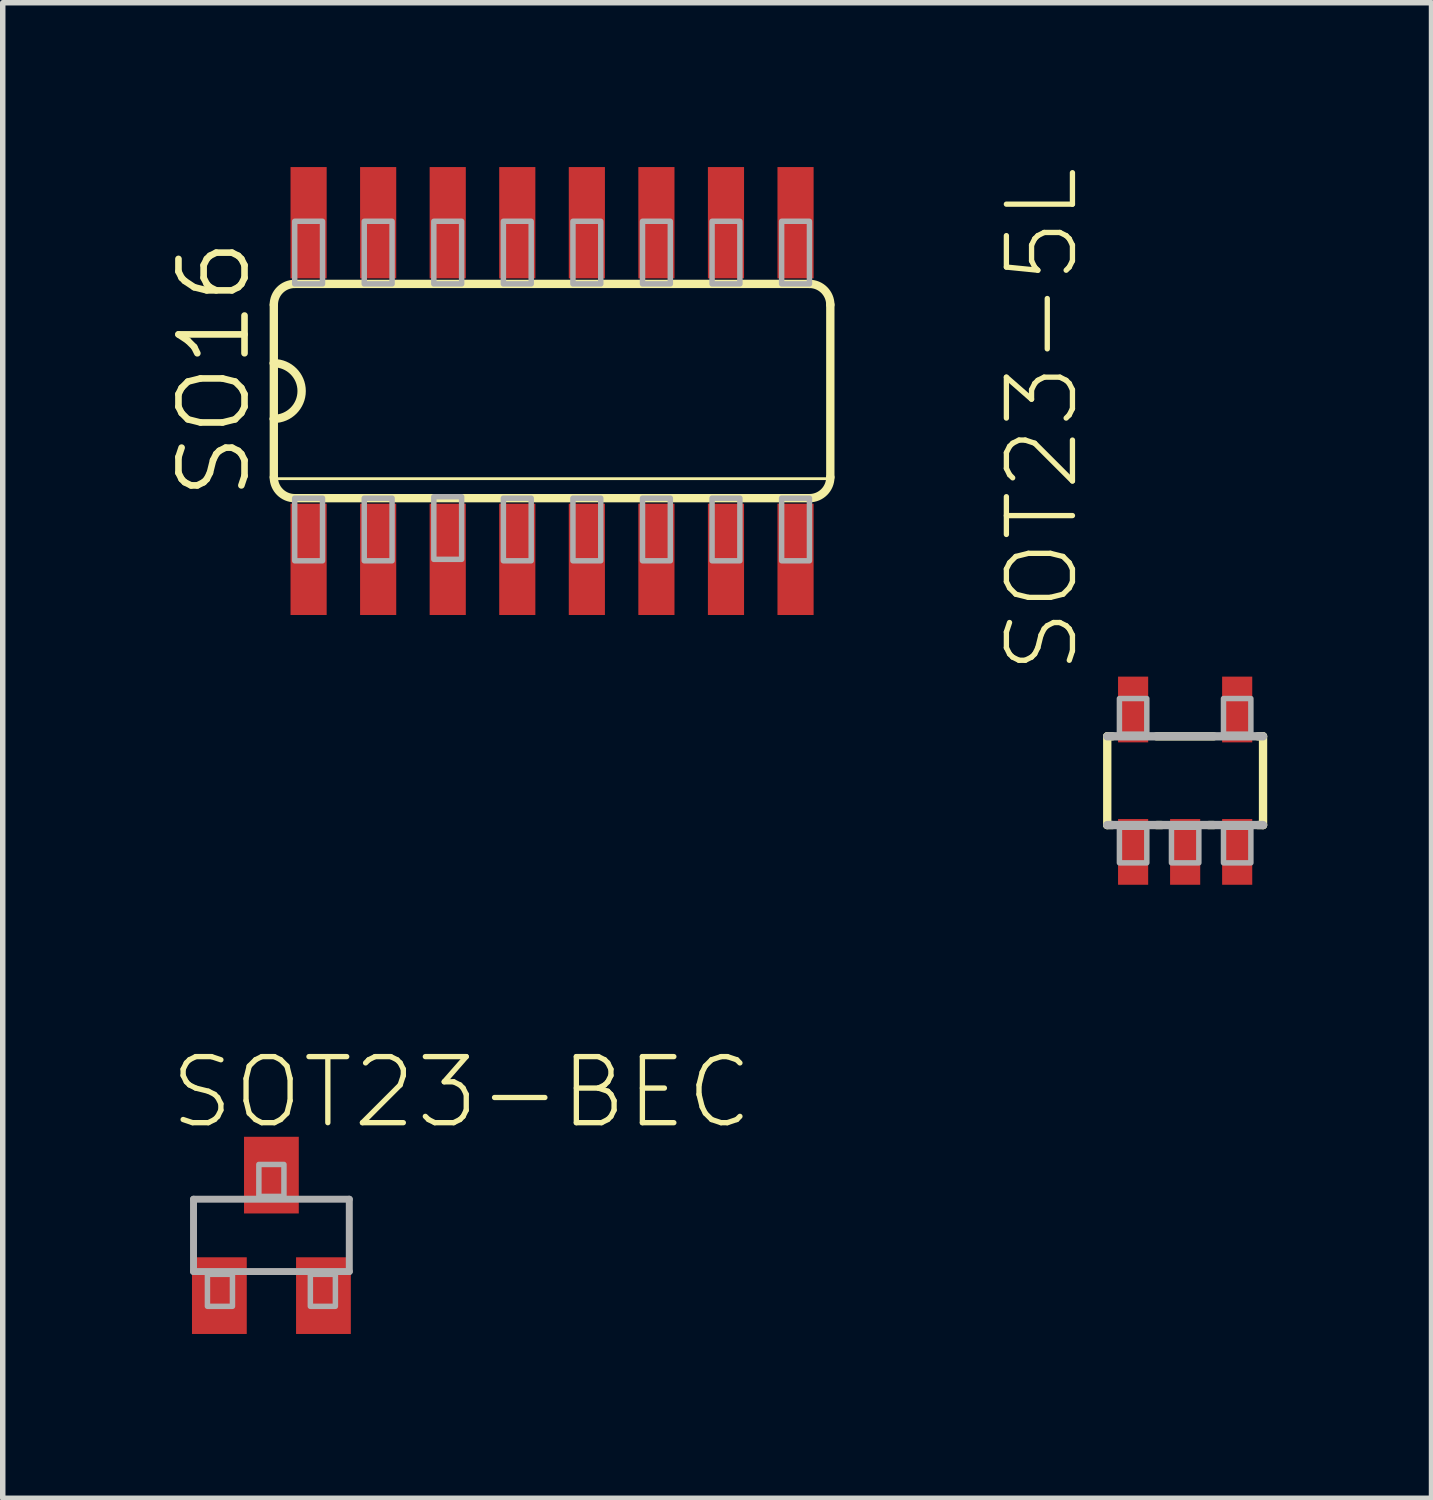
<source format=kicad_pcb>
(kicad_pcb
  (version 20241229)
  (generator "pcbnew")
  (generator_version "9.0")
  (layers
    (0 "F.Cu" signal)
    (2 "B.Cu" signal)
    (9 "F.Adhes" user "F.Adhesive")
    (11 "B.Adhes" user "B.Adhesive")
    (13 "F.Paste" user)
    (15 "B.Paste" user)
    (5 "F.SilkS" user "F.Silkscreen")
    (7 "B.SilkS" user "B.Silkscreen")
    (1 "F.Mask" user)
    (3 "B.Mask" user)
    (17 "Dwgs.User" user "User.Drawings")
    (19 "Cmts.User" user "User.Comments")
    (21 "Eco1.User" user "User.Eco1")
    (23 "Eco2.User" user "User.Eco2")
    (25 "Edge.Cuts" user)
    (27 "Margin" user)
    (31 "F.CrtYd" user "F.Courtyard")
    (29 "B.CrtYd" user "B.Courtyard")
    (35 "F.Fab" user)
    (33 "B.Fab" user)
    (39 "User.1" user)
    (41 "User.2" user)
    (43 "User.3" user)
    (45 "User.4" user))
  (footprint "SOT23-BEC"
    (layer "F.Cu")
    (at 1.905 19.504)
    (property "Reference" "SOT23-BEC" (at -1.905 -1.905 0) (layer "F.SilkS") (effects (font (size 1.206 1.206) (thickness 0.097)) (justify left bottom)))
    (attr through_hole)
    (fp_line (start -1.422 -0.66) (end 1.422 -0.66) (stroke (width 0.127) (type solid)) (layer "F.Fab"))
    (fp_line (start -1.422 0.66) (end -1.422 -0.66) (stroke (width 0.127) (type solid)) (layer "F.Fab"))
    (fp_line (start 1.422 -0.66) (end 1.422 0.66) (stroke (width 0.127) (type solid)) (layer "F.Fab"))
    (fp_line (start 1.422 0.66) (end -1.422 0.66) (stroke (width 0.127) (type solid)) (layer "F.Fab"))
    (fp_poly (pts (xy -1.168 1.295) (xy -0.711 1.295) (xy -0.711 0.711) (xy -1.168 0.711)) (stroke (width 0.1) (type solid)) (fill no) (layer "F.Fab"))
    (fp_poly (pts (xy -0.229 -0.711) (xy 0.229 -0.711) (xy 0.229 -1.295) (xy -0.229 -1.295)) (stroke (width 0.1) (type solid)) (fill no) (layer "F.Fab"))
    (fp_poly (pts (xy 0.711 1.295) (xy 1.168 1.295) (xy 1.168 0.711) (xy 0.711 0.711)) (stroke (width 0.1) (type solid)) (fill no) (layer "F.Fab"))
    (pad "B" smd rect (at -0.95 1.1) (size 1 1.4) (layers "F.Cu" "F.Mask" "F.Paste"))
    (pad "C" smd rect (at 0 -1.1) (size 1 1.4) (layers "F.Cu" "F.Mask" "F.Paste"))
    (pad "E" smd rect (at 0.95 1.1) (size 1 1.4) (layers "F.Cu" "F.Mask" "F.Paste")))
  (footprint "SOT23-5L"
    (layer "F.Cu")
    (at 18.587 11.203)
    (property "Reference" "SOT23-5L" (at -1.905 -1.905 90) (layer "F.SilkS") (effects (font (size 1.206 1.206) (thickness 0.097)) (justify left bottom)))
    (attr through_hole)
    (fp_line (start -1.422 -0.81) (end -1.328 -0.81) (stroke (width 0.152) (type solid)) (layer "F.SilkS"))
    (fp_line (start -1.422 0.81) (end -1.422 -0.81) (stroke (width 0.152) (type solid)) (layer "F.SilkS"))
    (fp_line (start -1.328 0.81) (end -1.422 0.81) (stroke (width 0.152) (type solid)) (layer "F.SilkS"))
    (fp_line (start -0.522 -0.81) (end 0.522 -0.81) (stroke (width 0.152) (type solid)) (layer "F.SilkS"))
    (fp_line (start -0.428 0.81) (end -0.522 0.81) (stroke (width 0.152) (type solid)) (layer "F.SilkS"))
    (fp_line (start 0.522 0.81) (end 0.428 0.81) (stroke (width 0.152) (type solid)) (layer "F.SilkS"))
    (fp_line (start 1.328 -0.81) (end 1.422 -0.81) (stroke (width 0.152) (type solid)) (layer "F.SilkS"))
    (fp_line (start 1.422 -0.81) (end 1.422 0.81) (stroke (width 0.152) (type solid)) (layer "F.SilkS"))
    (fp_line (start 1.422 0.81) (end 1.328 0.81) (stroke (width 0.152) (type solid)) (layer "F.SilkS"))
    (fp_line (start -1.422 -0.81) (end 1.422 -0.81) (stroke (width 0.152) (type solid)) (layer "F.Fab"))
    (fp_line (start 1.422 0.81) (end -1.422 0.81) (stroke (width 0.152) (type solid)) (layer "F.Fab"))
    (fp_poly (pts (xy -1.2 -0.85) (xy -0.7 -0.85) (xy -0.7 -1.5) (xy -1.2 -1.5)) (stroke (width 0.1) (type solid)) (fill no) (layer "F.Fab"))
    (fp_poly (pts (xy -1.2 1.5) (xy -0.7 1.5) (xy -0.7 0.85) (xy -1.2 0.85)) (stroke (width 0.1) (type solid)) (fill no) (layer "F.Fab"))
    (fp_poly (pts (xy -0.25 1.5) (xy 0.25 1.5) (xy 0.25 0.85) (xy -0.25 0.85)) (stroke (width 0.1) (type solid)) (fill no) (layer "F.Fab"))
    (fp_poly (pts (xy 0.7 -0.85) (xy 1.2 -0.85) (xy 1.2 -1.5) (xy 0.7 -1.5)) (stroke (width 0.1) (type solid)) (fill no) (layer "F.Fab"))
    (fp_poly (pts (xy 0.7 1.5) (xy 1.2 1.5) (xy 1.2 0.85) (xy 0.7 0.85)) (stroke (width 0.1) (type solid)) (fill no) (layer "F.Fab"))
    (pad "1" smd rect (at -0.95 1.3) (size 0.55 1.2) (layers "F.Cu" "F.Mask" "F.Paste"))
    (pad "2" smd rect (at 0 1.3) (size 0.55 1.2) (layers "F.Cu" "F.Mask" "F.Paste"))
    (pad "3" smd rect (at 0.95 1.3) (size 0.55 1.2) (layers "F.Cu" "F.Mask" "F.Paste"))
    (pad "4" smd rect (at 0.95 -1.3) (size 0.55 1.2) (layers "F.Cu" "F.Mask" "F.Paste"))
    (pad "5" smd rect (at -0.95 -1.3) (size 0.55 1.2) (layers "F.Cu" "F.Mask" "F.Paste")))
  (footprint "SO16"
    (layer "F.Cu")
    (at 7.029 4.089)
    (property "Reference" "SO16" (at -5.461 2.032 90) (layer "F.SilkS") (effects (font (size 1.206 1.206) (thickness 0.121)) (justify left bottom)))
    (attr through_hole)
    (fp_line (start -5.08 -1.575) (end -5.08 -0.508) (stroke (width 0.152) (type solid)) (layer "F.SilkS"))
    (fp_line (start -5.08 -0.508) (end -5.08 0.508) (stroke (width 0.152) (type solid)) (layer "F.SilkS"))
    (fp_line (start -5.08 0.508) (end -5.08 1.575) (stroke (width 0.152) (type solid)) (layer "F.SilkS"))
    (fp_line (start -5.08 1.6) (end 5.08 1.6) (stroke (width 0.051) (type solid)) (layer "F.SilkS"))
    (fp_line (start -4.699 1.956) (end 4.699 1.956) (stroke (width 0.152) (type solid)) (layer "F.SilkS"))
    (fp_line (start 4.699 -1.956) (end -4.699 -1.956) (stroke (width 0.152) (type solid)) (layer "F.SilkS"))
    (fp_line (start 5.08 1.575) (end 5.08 -1.575) (stroke (width 0.152) (type solid)) (layer "F.SilkS"))
    (fp_arc (start -5.08 -1.5748) (mid -4.968408 -1.844208) (end -4.699 -1.9558) (stroke (width 0.1524) (type solid)) (layer "F.SilkS"))
    (fp_arc (start -5.08 -0.508) (mid -4.572 0) (end -5.08 0.508) (stroke (width 0.1524) (type solid)) (layer "F.SilkS"))
    (fp_arc (start -4.699 1.9558) (mid -4.968408 1.844208) (end -5.08 1.5748) (stroke (width 0.1524) (type solid)) (layer "F.SilkS"))
    (fp_arc (start 4.699 -1.9558) (mid 4.968408 -1.844208) (end 5.08 -1.5748) (stroke (width 0.1524) (type solid)) (layer "F.SilkS"))
    (fp_arc (start 5.08 1.5748) (mid 4.968408 1.844208) (end 4.699 1.9558) (stroke (width 0.1524) (type solid)) (layer "F.SilkS"))
    (fp_poly (pts (xy -4.699 -1.956) (xy -4.191 -1.956) (xy -4.191 -3.099) (xy -4.699 -3.099)) (stroke (width 0.1) (type solid)) (fill no) (layer "F.Fab"))
    (fp_poly (pts (xy -4.699 3.099) (xy -4.191 3.099) (xy -4.191 1.956) (xy -4.699 1.956)) (stroke (width 0.1) (type solid)) (fill no) (layer "F.Fab"))
    (fp_poly (pts (xy -3.429 -1.956) (xy -2.921 -1.956) (xy -2.921 -3.099) (xy -3.429 -3.099)) (stroke (width 0.1) (type solid)) (fill no) (layer "F.Fab"))
    (fp_poly (pts (xy -3.429 3.099) (xy -2.921 3.099) (xy -2.921 1.956) (xy -3.429 1.956)) (stroke (width 0.1) (type solid)) (fill no) (layer "F.Fab"))
    (fp_poly (pts (xy -2.159 -1.956) (xy -1.651 -1.956) (xy -1.651 -3.099) (xy -2.159 -3.099)) (stroke (width 0.1) (type solid)) (fill no) (layer "F.Fab"))
    (fp_poly (pts (xy -2.159 3.073) (xy -1.651 3.073) (xy -1.651 1.93) (xy -2.159 1.93)) (stroke (width 0.1) (type solid)) (fill no) (layer "F.Fab"))
    (fp_poly (pts (xy -0.889 -1.956) (xy -0.381 -1.956) (xy -0.381 -3.099) (xy -0.889 -3.099)) (stroke (width 0.1) (type solid)) (fill no) (layer "F.Fab"))
    (fp_poly (pts (xy -0.889 3.099) (xy -0.381 3.099) (xy -0.381 1.956) (xy -0.889 1.956)) (stroke (width 0.1) (type solid)) (fill no) (layer "F.Fab"))
    (fp_poly (pts (xy 0.381 -1.956) (xy 0.889 -1.956) (xy 0.889 -3.099) (xy 0.381 -3.099)) (stroke (width 0.1) (type solid)) (fill no) (layer "F.Fab"))
    (fp_poly (pts (xy 0.381 3.099) (xy 0.889 3.099) (xy 0.889 1.956) (xy 0.381 1.956)) (stroke (width 0.1) (type solid)) (fill no) (layer "F.Fab"))
    (fp_poly (pts (xy 1.651 -1.956) (xy 2.159 -1.956) (xy 2.159 -3.099) (xy 1.651 -3.099)) (stroke (width 0.1) (type solid)) (fill no) (layer "F.Fab"))
    (fp_poly (pts (xy 1.651 3.099) (xy 2.159 3.099) (xy 2.159 1.956) (xy 1.651 1.956)) (stroke (width 0.1) (type solid)) (fill no) (layer "F.Fab"))
    (fp_poly (pts (xy 2.921 -1.956) (xy 3.429 -1.956) (xy 3.429 -3.099) (xy 2.921 -3.099)) (stroke (width 0.1) (type solid)) (fill no) (layer "F.Fab"))
    (fp_poly (pts (xy 2.921 3.099) (xy 3.429 3.099) (xy 3.429 1.956) (xy 2.921 1.956)) (stroke (width 0.1) (type solid)) (fill no) (layer "F.Fab"))
    (fp_poly (pts (xy 4.191 -1.956) (xy 4.699 -1.956) (xy 4.699 -3.099) (xy 4.191 -3.099)) (stroke (width 0.1) (type solid)) (fill no) (layer "F.Fab"))
    (fp_poly (pts (xy 4.191 3.099) (xy 4.699 3.099) (xy 4.699 1.956) (xy 4.191 1.956)) (stroke (width 0.1) (type solid)) (fill no) (layer "F.Fab"))
    (pad "1" smd rect (at -4.445 3.073) (size 0.66 2.032) (layers "F.Cu" "F.Mask" "F.Paste"))
    (pad "2" smd rect (at -3.175 3.073) (size 0.66 2.032) (layers "F.Cu" "F.Mask" "F.Paste"))
    (pad "3" smd rect (at -1.905 3.073) (size 0.66 2.032) (layers "F.Cu" "F.Mask" "F.Paste"))
    (pad "4" smd rect (at -0.635 3.073) (size 0.66 2.032) (layers "F.Cu" "F.Mask" "F.Paste"))
    (pad "5" smd rect (at 0.635 3.073) (size 0.66 2.032) (layers "F.Cu" "F.Mask" "F.Paste"))
    (pad "6" smd rect (at 1.905 3.073) (size 0.66 2.032) (layers "F.Cu" "F.Mask" "F.Paste"))
    (pad "7" smd rect (at 3.175 3.073) (size 0.66 2.032) (layers "F.Cu" "F.Mask" "F.Paste"))
    (pad "8" smd rect (at 4.445 3.073) (size 0.66 2.032) (layers "F.Cu" "F.Mask" "F.Paste"))
    (pad "9" smd rect (at 4.445 -3.073) (size 0.66 2.032) (layers "F.Cu" "F.Mask" "F.Paste"))
    (pad "10" smd rect (at 3.175 -3.073) (size 0.66 2.032) (layers "F.Cu" "F.Mask" "F.Paste"))
    (pad "11" smd rect (at 1.905 -3.073) (size 0.66 2.032) (layers "F.Cu" "F.Mask" "F.Paste"))
    (pad "12" smd rect (at 0.635 -3.073) (size 0.66 2.032) (layers "F.Cu" "F.Mask" "F.Paste"))
    (pad "13" smd rect (at -0.635 -3.073) (size 0.66 2.032) (layers "F.Cu" "F.Mask" "F.Paste"))
    (pad "14" smd rect (at -1.905 -3.073) (size 0.66 2.032) (layers "F.Cu" "F.Mask" "F.Paste"))
    (pad "15" smd rect (at -3.175 -3.073) (size 0.66 2.032) (layers "F.Cu" "F.Mask" "F.Paste"))
    (pad "16" smd rect (at -4.445 -3.073) (size 0.66 2.032) (layers "F.Cu" "F.Mask" "F.Paste")))
  (gr_rect
    (start -3 -3)
    (end 23.085 24.304)
    (stroke (width 0.1) (type default))
    (fill no)
    (layer "Edge.Cuts")))
</source>
